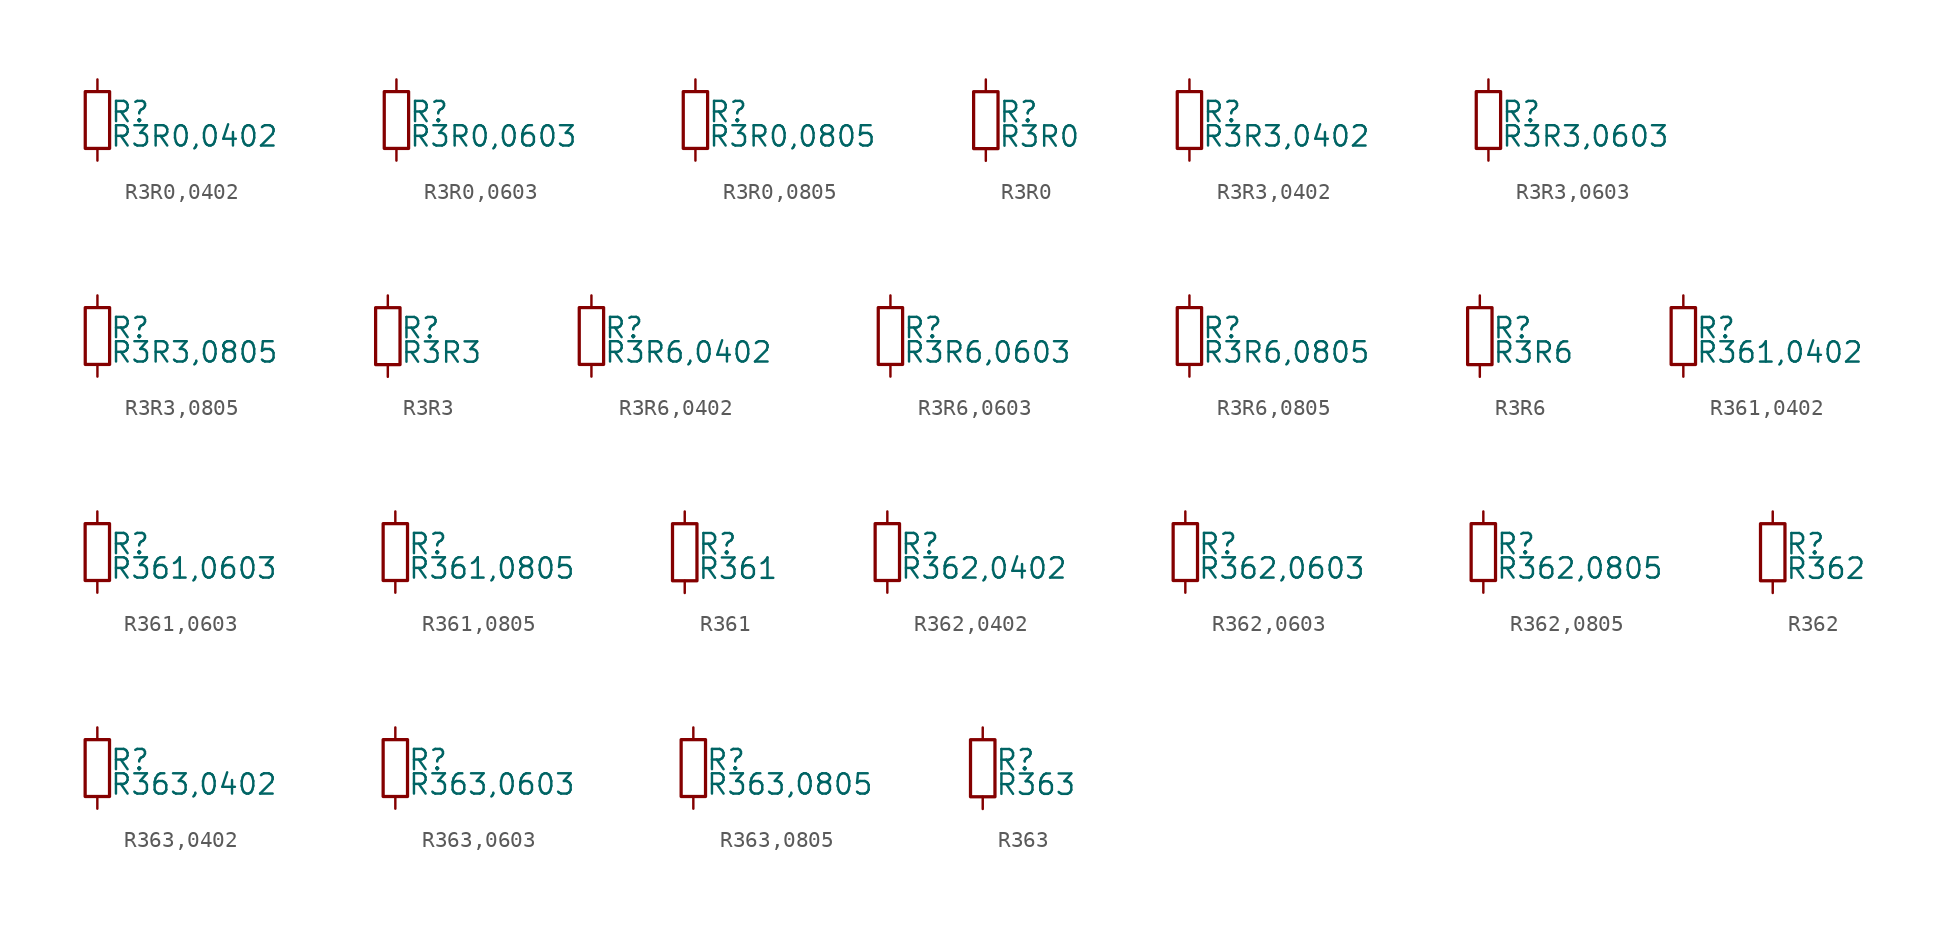
<source format=kicad_sym>
(kicad_symbol_lib
  (version 20211014)
  (generator kicad_symbol_editor)
  (symbol "R3R0,0402"
    (pin_numbers hide)
    (pin_names
      (offset 0.254) hide)
    (property "Reference" "R"
      (at 0.762 0.508 0)
      (effects (font (size 1.27 1.27)) (justify left)))
    (property "Value" "R3R0,0402"
      (at 0.762 -1.016 0)
      (effects (font (size 1.27 1.27)) (justify left)))
    (symbol "R3R0,0402_0_1"
      (rectangle (start -0.762 1.778) (end 0.762 -1.778) (stroke (width 0.203) (type default) (color 0 0 0 0)) (fill (type none))))
    (symbol "R3R0,0402_1_1"
      (pin passive line (at 0 2.54 270) (length 0.762) (name "~" (effects (font (size 1.27 1.27)))) (number "1" (effects (font (size 1.27 1.27)))))
      (pin passive line (at 0 -2.54 90) (length 0.762) (name "~" (effects (font (size 1.27 1.27)))) (number "2" (effects (font (size 1.27 1.27)))))))
  (symbol "R3R0,0603"
    (pin_numbers hide)
    (pin_names
      (offset 0.254) hide)
    (property "Reference" "R"
      (at 0.762 0.508 0)
      (effects (font (size 1.27 1.27)) (justify left)))
    (property "Value" "R3R0,0603"
      (at 0.762 -1.016 0)
      (effects (font (size 1.27 1.27)) (justify left)))
    (symbol "R3R0,0603_0_1"
      (rectangle (start -0.762 1.778) (end 0.762 -1.778) (stroke (width 0.203) (type default) (color 0 0 0 0)) (fill (type none))))
    (symbol "R3R0,0603_1_1"
      (pin passive line (at 0 2.54 270) (length 0.762) (name "~" (effects (font (size 1.27 1.27)))) (number "1" (effects (font (size 1.27 1.27)))))
      (pin passive line (at 0 -2.54 90) (length 0.762) (name "~" (effects (font (size 1.27 1.27)))) (number "2" (effects (font (size 1.27 1.27)))))))
  (symbol "R3R0,0805"
    (pin_numbers hide)
    (pin_names
      (offset 0.254) hide)
    (property "Reference" "R"
      (at 0.762 0.508 0)
      (effects (font (size 1.27 1.27)) (justify left)))
    (property "Value" "R3R0,0805"
      (at 0.762 -1.016 0)
      (effects (font (size 1.27 1.27)) (justify left)))
    (symbol "R3R0,0805_0_1"
      (rectangle (start -0.762 1.778) (end 0.762 -1.778) (stroke (width 0.203) (type default) (color 0 0 0 0)) (fill (type none))))
    (symbol "R3R0,0805_1_1"
      (pin passive line (at 0 2.54 270) (length 0.762) (name "~" (effects (font (size 1.27 1.27)))) (number "1" (effects (font (size 1.27 1.27)))))
      (pin passive line (at 0 -2.54 90) (length 0.762) (name "~" (effects (font (size 1.27 1.27)))) (number "2" (effects (font (size 1.27 1.27)))))))
  (symbol "R3R0"
    (pin_numbers hide)
    (pin_names
      (offset 0.254) hide)
    (property "Reference" "R"
      (at 0.762 0.508 0)
      (effects (font (size 1.27 1.27)) (justify left)))
    (property "Value" "R3R0"
      (at 0.762 -1.016 0)
      (effects (font (size 1.27 1.27)) (justify left)))
    (symbol "R3R0_0_1"
      (rectangle (start -0.762 1.778) (end 0.762 -1.778) (stroke (width 0.203) (type default) (color 0 0 0 0)) (fill (type none))))
    (symbol "R3R0_1_1"
      (pin passive line (at 0 2.54 270) (length 0.762) (name "~" (effects (font (size 1.27 1.27)))) (number "1" (effects (font (size 1.27 1.27)))))
      (pin passive line (at 0 -2.54 90) (length 0.762) (name "~" (effects (font (size 1.27 1.27)))) (number "2" (effects (font (size 1.27 1.27)))))))
  (symbol "R3R3,0402"
    (pin_numbers hide)
    (pin_names
      (offset 0.254) hide)
    (property "Reference" "R"
      (at 0.762 0.508 0)
      (effects (font (size 1.27 1.27)) (justify left)))
    (property "Value" "R3R3,0402"
      (at 0.762 -1.016 0)
      (effects (font (size 1.27 1.27)) (justify left)))
    (symbol "R3R3,0402_0_1"
      (rectangle (start -0.762 1.778) (end 0.762 -1.778) (stroke (width 0.203) (type default) (color 0 0 0 0)) (fill (type none))))
    (symbol "R3R3,0402_1_1"
      (pin passive line (at 0 2.54 270) (length 0.762) (name "~" (effects (font (size 1.27 1.27)))) (number "1" (effects (font (size 1.27 1.27)))))
      (pin passive line (at 0 -2.54 90) (length 0.762) (name "~" (effects (font (size 1.27 1.27)))) (number "2" (effects (font (size 1.27 1.27)))))))
  (symbol "R3R3,0603"
    (pin_numbers hide)
    (pin_names
      (offset 0.254) hide)
    (property "Reference" "R"
      (at 0.762 0.508 0)
      (effects (font (size 1.27 1.27)) (justify left)))
    (property "Value" "R3R3,0603"
      (at 0.762 -1.016 0)
      (effects (font (size 1.27 1.27)) (justify left)))
    (symbol "R3R3,0603_0_1"
      (rectangle (start -0.762 1.778) (end 0.762 -1.778) (stroke (width 0.203) (type default) (color 0 0 0 0)) (fill (type none))))
    (symbol "R3R3,0603_1_1"
      (pin passive line (at 0 2.54 270) (length 0.762) (name "~" (effects (font (size 1.27 1.27)))) (number "1" (effects (font (size 1.27 1.27)))))
      (pin passive line (at 0 -2.54 90) (length 0.762) (name "~" (effects (font (size 1.27 1.27)))) (number "2" (effects (font (size 1.27 1.27)))))))
  (symbol "R3R3,0805"
    (pin_numbers hide)
    (pin_names
      (offset 0.254) hide)
    (property "Reference" "R"
      (at 0.762 0.508 0)
      (effects (font (size 1.27 1.27)) (justify left)))
    (property "Value" "R3R3,0805"
      (at 0.762 -1.016 0)
      (effects (font (size 1.27 1.27)) (justify left)))
    (symbol "R3R3,0805_0_1"
      (rectangle (start -0.762 1.778) (end 0.762 -1.778) (stroke (width 0.203) (type default) (color 0 0 0 0)) (fill (type none))))
    (symbol "R3R3,0805_1_1"
      (pin passive line (at 0 2.54 270) (length 0.762) (name "~" (effects (font (size 1.27 1.27)))) (number "1" (effects (font (size 1.27 1.27)))))
      (pin passive line (at 0 -2.54 90) (length 0.762) (name "~" (effects (font (size 1.27 1.27)))) (number "2" (effects (font (size 1.27 1.27)))))))
  (symbol "R3R3"
    (pin_numbers hide)
    (pin_names
      (offset 0.254) hide)
    (property "Reference" "R"
      (at 0.762 0.508 0)
      (effects (font (size 1.27 1.27)) (justify left)))
    (property "Value" "R3R3"
      (at 0.762 -1.016 0)
      (effects (font (size 1.27 1.27)) (justify left)))
    (symbol "R3R3_0_1"
      (rectangle (start -0.762 1.778) (end 0.762 -1.778) (stroke (width 0.203) (type default) (color 0 0 0 0)) (fill (type none))))
    (symbol "R3R3_1_1"
      (pin passive line (at 0 2.54 270) (length 0.762) (name "~" (effects (font (size 1.27 1.27)))) (number "1" (effects (font (size 1.27 1.27)))))
      (pin passive line (at 0 -2.54 90) (length 0.762) (name "~" (effects (font (size 1.27 1.27)))) (number "2" (effects (font (size 1.27 1.27)))))))
  (symbol "R3R6,0402"
    (pin_numbers hide)
    (pin_names
      (offset 0.254) hide)
    (property "Reference" "R"
      (at 0.762 0.508 0)
      (effects (font (size 1.27 1.27)) (justify left)))
    (property "Value" "R3R6,0402"
      (at 0.762 -1.016 0)
      (effects (font (size 1.27 1.27)) (justify left)))
    (symbol "R3R6,0402_0_1"
      (rectangle (start -0.762 1.778) (end 0.762 -1.778) (stroke (width 0.203) (type default) (color 0 0 0 0)) (fill (type none))))
    (symbol "R3R6,0402_1_1"
      (pin passive line (at 0 2.54 270) (length 0.762) (name "~" (effects (font (size 1.27 1.27)))) (number "1" (effects (font (size 1.27 1.27)))))
      (pin passive line (at 0 -2.54 90) (length 0.762) (name "~" (effects (font (size 1.27 1.27)))) (number "2" (effects (font (size 1.27 1.27)))))))
  (symbol "R3R6,0603"
    (pin_numbers hide)
    (pin_names
      (offset 0.254) hide)
    (property "Reference" "R"
      (at 0.762 0.508 0)
      (effects (font (size 1.27 1.27)) (justify left)))
    (property "Value" "R3R6,0603"
      (at 0.762 -1.016 0)
      (effects (font (size 1.27 1.27)) (justify left)))
    (symbol "R3R6,0603_0_1"
      (rectangle (start -0.762 1.778) (end 0.762 -1.778) (stroke (width 0.203) (type default) (color 0 0 0 0)) (fill (type none))))
    (symbol "R3R6,0603_1_1"
      (pin passive line (at 0 2.54 270) (length 0.762) (name "~" (effects (font (size 1.27 1.27)))) (number "1" (effects (font (size 1.27 1.27)))))
      (pin passive line (at 0 -2.54 90) (length 0.762) (name "~" (effects (font (size 1.27 1.27)))) (number "2" (effects (font (size 1.27 1.27)))))))
  (symbol "R3R6,0805"
    (pin_numbers hide)
    (pin_names
      (offset 0.254) hide)
    (property "Reference" "R"
      (at 0.762 0.508 0)
      (effects (font (size 1.27 1.27)) (justify left)))
    (property "Value" "R3R6,0805"
      (at 0.762 -1.016 0)
      (effects (font (size 1.27 1.27)) (justify left)))
    (symbol "R3R6,0805_0_1"
      (rectangle (start -0.762 1.778) (end 0.762 -1.778) (stroke (width 0.203) (type default) (color 0 0 0 0)) (fill (type none))))
    (symbol "R3R6,0805_1_1"
      (pin passive line (at 0 2.54 270) (length 0.762) (name "~" (effects (font (size 1.27 1.27)))) (number "1" (effects (font (size 1.27 1.27)))))
      (pin passive line (at 0 -2.54 90) (length 0.762) (name "~" (effects (font (size 1.27 1.27)))) (number "2" (effects (font (size 1.27 1.27)))))))
  (symbol "R3R6"
    (pin_numbers hide)
    (pin_names
      (offset 0.254) hide)
    (property "Reference" "R"
      (at 0.762 0.508 0)
      (effects (font (size 1.27 1.27)) (justify left)))
    (property "Value" "R3R6"
      (at 0.762 -1.016 0)
      (effects (font (size 1.27 1.27)) (justify left)))
    (symbol "R3R6_0_1"
      (rectangle (start -0.762 1.778) (end 0.762 -1.778) (stroke (width 0.203) (type default) (color 0 0 0 0)) (fill (type none))))
    (symbol "R3R6_1_1"
      (pin passive line (at 0 2.54 270) (length 0.762) (name "~" (effects (font (size 1.27 1.27)))) (number "1" (effects (font (size 1.27 1.27)))))
      (pin passive line (at 0 -2.54 90) (length 0.762) (name "~" (effects (font (size 1.27 1.27)))) (number "2" (effects (font (size 1.27 1.27)))))))
  (symbol "R361,0402"
    (pin_numbers hide)
    (pin_names
      (offset 0.254) hide)
    (property "Reference" "R"
      (at 0.762 0.508 0)
      (effects (font (size 1.27 1.27)) (justify left)))
    (property "Value" "R361,0402"
      (at 0.762 -1.016 0)
      (effects (font (size 1.27 1.27)) (justify left)))
    (symbol "R361,0402_0_1"
      (rectangle (start -0.762 1.778) (end 0.762 -1.778) (stroke (width 0.203) (type default) (color 0 0 0 0)) (fill (type none))))
    (symbol "R361,0402_1_1"
      (pin passive line (at 0 2.54 270) (length 0.762) (name "~" (effects (font (size 1.27 1.27)))) (number "1" (effects (font (size 1.27 1.27)))))
      (pin passive line (at 0 -2.54 90) (length 0.762) (name "~" (effects (font (size 1.27 1.27)))) (number "2" (effects (font (size 1.27 1.27)))))))
  (symbol "R361,0603"
    (pin_numbers hide)
    (pin_names
      (offset 0.254) hide)
    (property "Reference" "R"
      (at 0.762 0.508 0)
      (effects (font (size 1.27 1.27)) (justify left)))
    (property "Value" "R361,0603"
      (at 0.762 -1.016 0)
      (effects (font (size 1.27 1.27)) (justify left)))
    (symbol "R361,0603_0_1"
      (rectangle (start -0.762 1.778) (end 0.762 -1.778) (stroke (width 0.203) (type default) (color 0 0 0 0)) (fill (type none))))
    (symbol "R361,0603_1_1"
      (pin passive line (at 0 2.54 270) (length 0.762) (name "~" (effects (font (size 1.27 1.27)))) (number "1" (effects (font (size 1.27 1.27)))))
      (pin passive line (at 0 -2.54 90) (length 0.762) (name "~" (effects (font (size 1.27 1.27)))) (number "2" (effects (font (size 1.27 1.27)))))))
  (symbol "R361,0805"
    (pin_numbers hide)
    (pin_names
      (offset 0.254) hide)
    (property "Reference" "R"
      (at 0.762 0.508 0)
      (effects (font (size 1.27 1.27)) (justify left)))
    (property "Value" "R361,0805"
      (at 0.762 -1.016 0)
      (effects (font (size 1.27 1.27)) (justify left)))
    (symbol "R361,0805_0_1"
      (rectangle (start -0.762 1.778) (end 0.762 -1.778) (stroke (width 0.203) (type default) (color 0 0 0 0)) (fill (type none))))
    (symbol "R361,0805_1_1"
      (pin passive line (at 0 2.54 270) (length 0.762) (name "~" (effects (font (size 1.27 1.27)))) (number "1" (effects (font (size 1.27 1.27)))))
      (pin passive line (at 0 -2.54 90) (length 0.762) (name "~" (effects (font (size 1.27 1.27)))) (number "2" (effects (font (size 1.27 1.27)))))))
  (symbol "R361"
    (pin_numbers hide)
    (pin_names
      (offset 0.254) hide)
    (property "Reference" "R"
      (at 0.762 0.508 0)
      (effects (font (size 1.27 1.27)) (justify left)))
    (property "Value" "R361"
      (at 0.762 -1.016 0)
      (effects (font (size 1.27 1.27)) (justify left)))
    (symbol "R361_0_1"
      (rectangle (start -0.762 1.778) (end 0.762 -1.778) (stroke (width 0.203) (type default) (color 0 0 0 0)) (fill (type none))))
    (symbol "R361_1_1"
      (pin passive line (at 0 2.54 270) (length 0.762) (name "~" (effects (font (size 1.27 1.27)))) (number "1" (effects (font (size 1.27 1.27)))))
      (pin passive line (at 0 -2.54 90) (length 0.762) (name "~" (effects (font (size 1.27 1.27)))) (number "2" (effects (font (size 1.27 1.27)))))))
  (symbol "R362,0402"
    (pin_numbers hide)
    (pin_names
      (offset 0.254) hide)
    (property "Reference" "R"
      (at 0.762 0.508 0)
      (effects (font (size 1.27 1.27)) (justify left)))
    (property "Value" "R362,0402"
      (at 0.762 -1.016 0)
      (effects (font (size 1.27 1.27)) (justify left)))
    (symbol "R362,0402_0_1"
      (rectangle (start -0.762 1.778) (end 0.762 -1.778) (stroke (width 0.203) (type default) (color 0 0 0 0)) (fill (type none))))
    (symbol "R362,0402_1_1"
      (pin passive line (at 0 2.54 270) (length 0.762) (name "~" (effects (font (size 1.27 1.27)))) (number "1" (effects (font (size 1.27 1.27)))))
      (pin passive line (at 0 -2.54 90) (length 0.762) (name "~" (effects (font (size 1.27 1.27)))) (number "2" (effects (font (size 1.27 1.27)))))))
  (symbol "R362,0603"
    (pin_numbers hide)
    (pin_names
      (offset 0.254) hide)
    (property "Reference" "R"
      (at 0.762 0.508 0)
      (effects (font (size 1.27 1.27)) (justify left)))
    (property "Value" "R362,0603"
      (at 0.762 -1.016 0)
      (effects (font (size 1.27 1.27)) (justify left)))
    (symbol "R362,0603_0_1"
      (rectangle (start -0.762 1.778) (end 0.762 -1.778) (stroke (width 0.203) (type default) (color 0 0 0 0)) (fill (type none))))
    (symbol "R362,0603_1_1"
      (pin passive line (at 0 2.54 270) (length 0.762) (name "~" (effects (font (size 1.27 1.27)))) (number "1" (effects (font (size 1.27 1.27)))))
      (pin passive line (at 0 -2.54 90) (length 0.762) (name "~" (effects (font (size 1.27 1.27)))) (number "2" (effects (font (size 1.27 1.27)))))))
  (symbol "R362,0805"
    (pin_numbers hide)
    (pin_names
      (offset 0.254) hide)
    (property "Reference" "R"
      (at 0.762 0.508 0)
      (effects (font (size 1.27 1.27)) (justify left)))
    (property "Value" "R362,0805"
      (at 0.762 -1.016 0)
      (effects (font (size 1.27 1.27)) (justify left)))
    (symbol "R362,0805_0_1"
      (rectangle (start -0.762 1.778) (end 0.762 -1.778) (stroke (width 0.203) (type default) (color 0 0 0 0)) (fill (type none))))
    (symbol "R362,0805_1_1"
      (pin passive line (at 0 2.54 270) (length 0.762) (name "~" (effects (font (size 1.27 1.27)))) (number "1" (effects (font (size 1.27 1.27)))))
      (pin passive line (at 0 -2.54 90) (length 0.762) (name "~" (effects (font (size 1.27 1.27)))) (number "2" (effects (font (size 1.27 1.27)))))))
  (symbol "R362"
    (pin_numbers hide)
    (pin_names
      (offset 0.254) hide)
    (property "Reference" "R"
      (at 0.762 0.508 0)
      (effects (font (size 1.27 1.27)) (justify left)))
    (property "Value" "R362"
      (at 0.762 -1.016 0)
      (effects (font (size 1.27 1.27)) (justify left)))
    (symbol "R362_0_1"
      (rectangle (start -0.762 1.778) (end 0.762 -1.778) (stroke (width 0.203) (type default) (color 0 0 0 0)) (fill (type none))))
    (symbol "R362_1_1"
      (pin passive line (at 0 2.54 270) (length 0.762) (name "~" (effects (font (size 1.27 1.27)))) (number "1" (effects (font (size 1.27 1.27)))))
      (pin passive line (at 0 -2.54 90) (length 0.762) (name "~" (effects (font (size 1.27 1.27)))) (number "2" (effects (font (size 1.27 1.27)))))))
  (symbol "R363,0402"
    (pin_numbers hide)
    (pin_names
      (offset 0.254) hide)
    (property "Reference" "R"
      (at 0.762 0.508 0)
      (effects (font (size 1.27 1.27)) (justify left)))
    (property "Value" "R363,0402"
      (at 0.762 -1.016 0)
      (effects (font (size 1.27 1.27)) (justify left)))
    (symbol "R363,0402_0_1"
      (rectangle (start -0.762 1.778) (end 0.762 -1.778) (stroke (width 0.203) (type default) (color 0 0 0 0)) (fill (type none))))
    (symbol "R363,0402_1_1"
      (pin passive line (at 0 2.54 270) (length 0.762) (name "~" (effects (font (size 1.27 1.27)))) (number "1" (effects (font (size 1.27 1.27)))))
      (pin passive line (at 0 -2.54 90) (length 0.762) (name "~" (effects (font (size 1.27 1.27)))) (number "2" (effects (font (size 1.27 1.27)))))))
  (symbol "R363,0603"
    (pin_numbers hide)
    (pin_names
      (offset 0.254) hide)
    (property "Reference" "R"
      (at 0.762 0.508 0)
      (effects (font (size 1.27 1.27)) (justify left)))
    (property "Value" "R363,0603"
      (at 0.762 -1.016 0)
      (effects (font (size 1.27 1.27)) (justify left)))
    (symbol "R363,0603_0_1"
      (rectangle (start -0.762 1.778) (end 0.762 -1.778) (stroke (width 0.203) (type default) (color 0 0 0 0)) (fill (type none))))
    (symbol "R363,0603_1_1"
      (pin passive line (at 0 2.54 270) (length 0.762) (name "~" (effects (font (size 1.27 1.27)))) (number "1" (effects (font (size 1.27 1.27)))))
      (pin passive line (at 0 -2.54 90) (length 0.762) (name "~" (effects (font (size 1.27 1.27)))) (number "2" (effects (font (size 1.27 1.27)))))))
  (symbol "R363,0805"
    (pin_numbers hide)
    (pin_names
      (offset 0.254) hide)
    (property "Reference" "R"
      (at 0.762 0.508 0)
      (effects (font (size 1.27 1.27)) (justify left)))
    (property "Value" "R363,0805"
      (at 0.762 -1.016 0)
      (effects (font (size 1.27 1.27)) (justify left)))
    (symbol "R363,0805_0_1"
      (rectangle (start -0.762 1.778) (end 0.762 -1.778) (stroke (width 0.203) (type default) (color 0 0 0 0)) (fill (type none))))
    (symbol "R363,0805_1_1"
      (pin passive line (at 0 2.54 270) (length 0.762) (name "~" (effects (font (size 1.27 1.27)))) (number "1" (effects (font (size 1.27 1.27)))))
      (pin passive line (at 0 -2.54 90) (length 0.762) (name "~" (effects (font (size 1.27 1.27)))) (number "2" (effects (font (size 1.27 1.27)))))))
  (symbol "R363"
    (pin_numbers hide)
    (pin_names
      (offset 0.254) hide)
    (property "Reference" "R"
      (at 0.762 0.508 0)
      (effects (font (size 1.27 1.27)) (justify left)))
    (property "Value" "R363"
      (at 0.762 -1.016 0)
      (effects (font (size 1.27 1.27)) (justify left)))
    (symbol "R363_0_1"
      (rectangle (start -0.762 1.778) (end 0.762 -1.778) (stroke (width 0.203) (type default) (color 0 0 0 0)) (fill (type none))))
    (symbol "R363_1_1"
      (pin passive line (at 0 2.54 270) (length 0.762) (name "~" (effects (font (size 1.27 1.27)))) (number "1" (effects (font (size 1.27 1.27)))))
      (pin passive line (at 0 -2.54 90) (length 0.762) (name "~" (effects (font (size 1.27 1.27)))) (number "2" (effects (font (size 1.27 1.27))))))))
</source>
